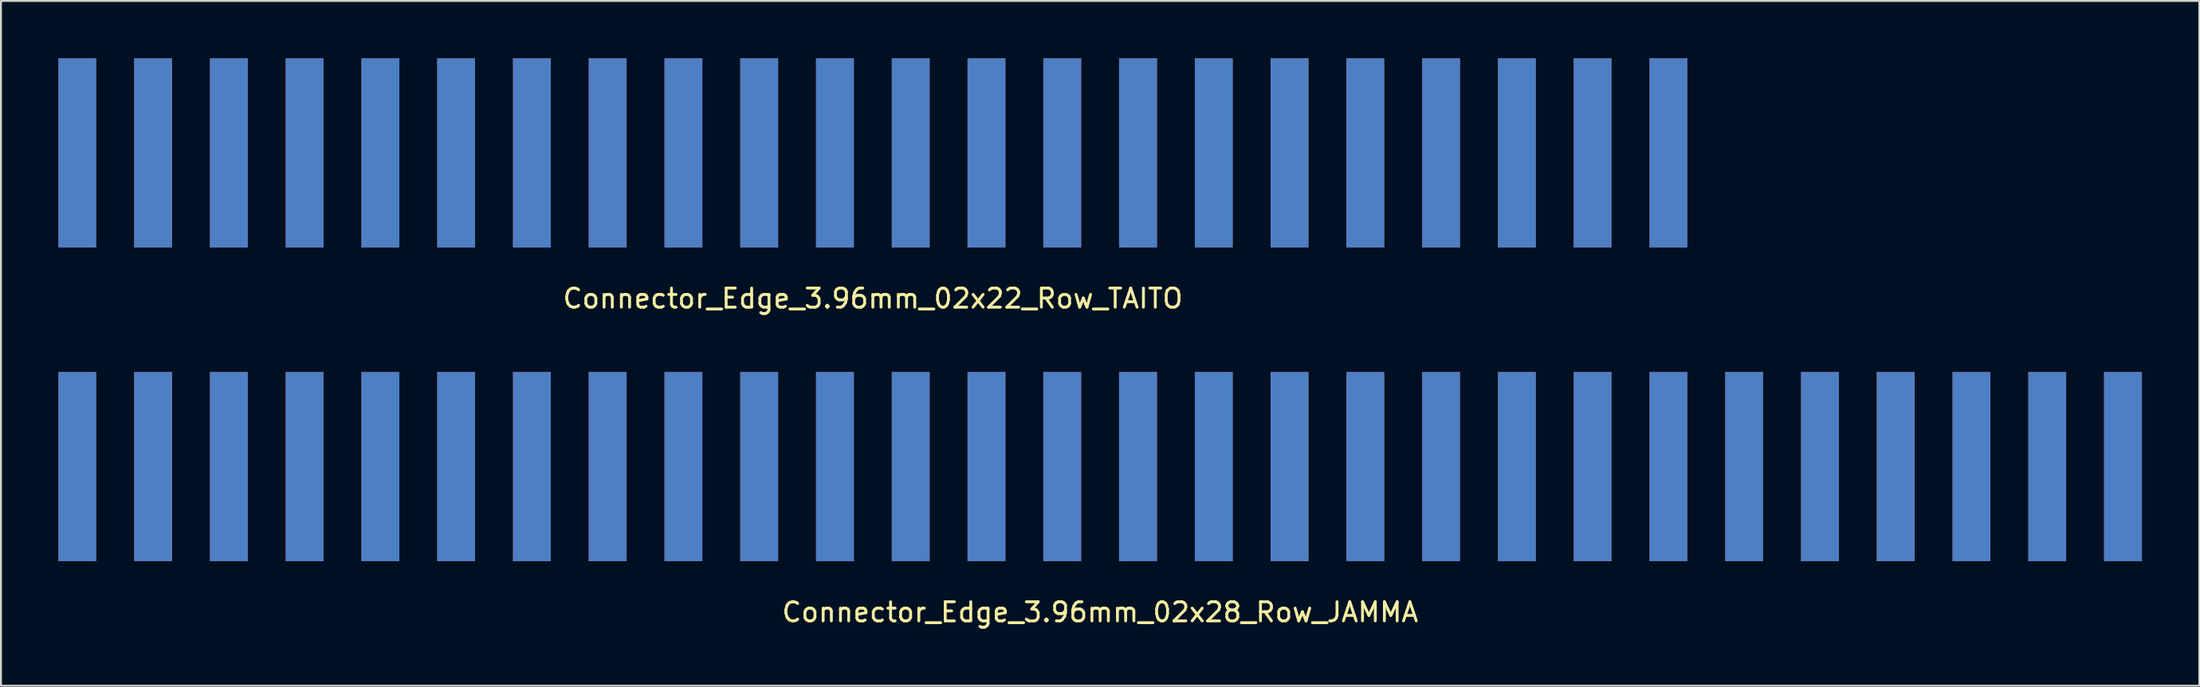
<source format=kicad_pcb>
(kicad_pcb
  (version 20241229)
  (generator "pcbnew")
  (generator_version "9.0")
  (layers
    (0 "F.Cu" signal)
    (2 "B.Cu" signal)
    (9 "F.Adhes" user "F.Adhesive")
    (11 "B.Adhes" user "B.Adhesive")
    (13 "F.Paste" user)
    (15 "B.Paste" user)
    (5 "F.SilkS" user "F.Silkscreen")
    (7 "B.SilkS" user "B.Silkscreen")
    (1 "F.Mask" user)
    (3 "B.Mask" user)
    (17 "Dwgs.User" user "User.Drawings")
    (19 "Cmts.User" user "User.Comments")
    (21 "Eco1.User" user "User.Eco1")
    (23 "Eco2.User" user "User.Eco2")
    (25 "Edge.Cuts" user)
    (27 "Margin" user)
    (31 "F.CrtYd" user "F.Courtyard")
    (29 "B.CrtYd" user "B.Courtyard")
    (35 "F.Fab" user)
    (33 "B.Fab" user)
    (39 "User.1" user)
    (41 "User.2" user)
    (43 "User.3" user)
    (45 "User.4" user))
  (footprint "Connector_Edge_3.96mm_02x22_Row_TAITO"
    (layer "F.Cu")
    (at 42.57 4.95)
    (property "Reference" "Connector_Edge_3.96mm_02x22_Row_TAITO" (at 0 7.62 0) (layer "F.SilkS") (effects (font (size 1 1) (thickness 0.15))))
    (attr through_hole)
    (pad "a1" smd rect (at -41.58 0) (size 1.98 9.9) (layers "F.Cu" "F.Mask" "F.Paste"))
    (pad "a2" smd rect (at -37.62 0) (size 1.98 9.9) (layers "F.Cu" "F.Mask" "F.Paste"))
    (pad "a3" smd rect (at -33.66 0) (size 1.98 9.9) (layers "F.Cu" "F.Mask" "F.Paste"))
    (pad "a4" smd rect (at -29.7 0) (size 1.98 9.9) (layers "F.Cu" "F.Mask" "F.Paste"))
    (pad "a5" smd rect (at -25.74 0) (size 1.98 9.9) (layers "F.Cu" "F.Mask" "F.Paste"))
    (pad "a6" smd rect (at -21.78 0) (size 1.98 9.9) (layers "F.Cu" "F.Mask" "F.Paste"))
    (pad "a7" smd rect (at -17.82 0) (size 1.98 9.9) (layers "F.Cu" "F.Mask" "F.Paste"))
    (pad "a8" smd rect (at -13.86 0) (size 1.98 9.9) (layers "F.Cu" "F.Mask" "F.Paste"))
    (pad "a9" smd rect (at -9.9 0) (size 1.98 9.9) (layers "F.Cu" "F.Mask" "F.Paste"))
    (pad "a10" smd rect (at -5.94 0) (size 1.98 9.9) (layers "F.Cu" "F.Mask" "F.Paste"))
    (pad "a11" smd rect (at -1.98 0) (size 1.98 9.9) (layers "F.Cu" "F.Mask" "F.Paste"))
    (pad "a12" smd rect (at 1.98 0) (size 1.98 9.9) (layers "F.Cu" "F.Mask" "F.Paste"))
    (pad "a13" smd rect (at 5.94 0) (size 1.98 9.9) (layers "F.Cu" "F.Mask" "F.Paste"))
    (pad "a14" smd rect (at 9.9 0) (size 1.98 9.9) (layers "F.Cu" "F.Mask" "F.Paste"))
    (pad "a15" smd rect (at 13.86 0) (size 1.98 9.9) (layers "F.Cu" "F.Mask" "F.Paste"))
    (pad "a16" smd rect (at 17.82 0) (size 1.98 9.9) (layers "F.Cu" "F.Mask" "F.Paste"))
    (pad "a17" smd rect (at 21.78 0) (size 1.98 9.9) (layers "F.Cu" "F.Mask" "F.Paste"))
    (pad "a18" smd rect (at 25.74 0) (size 1.98 9.9) (layers "F.Cu" "F.Mask" "F.Paste"))
    (pad "a19" smd rect (at 29.7 0) (size 1.98 9.9) (layers "F.Cu" "F.Mask" "F.Paste"))
    (pad "a20" smd rect (at 33.66 0) (size 1.98 9.9) (layers "F.Cu" "F.Mask" "F.Paste"))
    (pad "a21" smd rect (at 37.62 0) (size 1.98 9.9) (layers "F.Cu" "F.Mask" "F.Paste"))
    (pad "a22" smd rect (at 41.58 0) (size 1.98 9.9) (layers "F.Cu" "F.Mask" "F.Paste"))
    (pad "b1" smd rect (at -41.58 0) (size 1.98 9.9) (layers "B.Cu" "B.Mask" "B.Paste"))
    (pad "b2" smd rect (at -37.62 0) (size 1.98 9.9) (layers "B.Cu" "B.Mask" "B.Paste"))
    (pad "b3" smd rect (at -33.66 0) (size 1.98 9.9) (layers "B.Cu" "B.Mask" "B.Paste"))
    (pad "b4" smd rect (at -29.7 0) (size 1.98 9.9) (layers "B.Cu" "B.Mask" "B.Paste"))
    (pad "b5" smd rect (at -25.74 0) (size 1.98 9.9) (layers "B.Cu" "B.Mask" "B.Paste"))
    (pad "b6" smd rect (at -21.78 0) (size 1.98 9.9) (layers "B.Cu" "B.Mask" "B.Paste"))
    (pad "b7" smd rect (at -17.82 0) (size 1.98 9.9) (layers "B.Cu" "B.Mask" "B.Paste"))
    (pad "b8" smd rect (at -13.86 0) (size 1.98 9.9) (layers "B.Cu" "B.Mask" "B.Paste"))
    (pad "b9" smd rect (at -9.9 0) (size 1.98 9.9) (layers "B.Cu" "B.Mask" "B.Paste"))
    (pad "b10" smd rect (at -5.94 0) (size 1.98 9.9) (layers "B.Cu" "B.Mask" "B.Paste"))
    (pad "b11" smd rect (at -1.98 0) (size 1.98 9.9) (layers "B.Cu" "B.Mask" "B.Paste"))
    (pad "b12" smd rect (at 1.98 0) (size 1.98 9.9) (layers "B.Cu" "B.Mask" "B.Paste"))
    (pad "b13" smd rect (at 5.94 0) (size 1.98 9.9) (layers "B.Cu" "B.Mask" "B.Paste"))
    (pad "b14" smd rect (at 9.9 0) (size 1.98 9.9) (layers "B.Cu" "B.Mask" "B.Paste"))
    (pad "b15" smd rect (at 13.86 0) (size 1.98 9.9) (layers "B.Cu" "B.Mask" "B.Paste"))
    (pad "b16" smd rect (at 17.82 0) (size 1.98 9.9) (layers "B.Cu" "B.Mask" "B.Paste"))
    (pad "b17" smd rect (at 21.78 0) (size 1.98 9.9) (layers "B.Cu" "B.Mask" "B.Paste"))
    (pad "b18" smd rect (at 25.74 0) (size 1.98 9.9) (layers "B.Cu" "B.Mask" "B.Paste"))
    (pad "b19" smd rect (at 29.7 0) (size 1.98 9.9) (layers "B.Cu" "B.Mask" "B.Paste"))
    (pad "b20" smd rect (at 33.66 0) (size 1.98 9.9) (layers "B.Cu" "B.Mask" "B.Paste"))
    (pad "b21" smd rect (at 37.62 0) (size 1.98 9.9) (layers "B.Cu" "B.Mask" "B.Paste"))
    (pad "b22" smd rect (at 41.58 0) (size 1.98 9.9) (layers "B.Cu" "B.Mask" "B.Paste")))
  (footprint "Connector_Edge_3.96mm_02x28_Row_JAMMA"
    (layer "F.Cu")
    (at 54.45 21.368)
    (property "Reference" "Connector_Edge_3.96mm_02x28_Row_JAMMA" (at 0 7.62 0) (layer "F.SilkS") (effects (font (size 1 1) (thickness 0.15))))
    (attr through_hole)
    (pad "a1" smd rect (at -53.46 0) (size 1.98 9.9) (layers "F.Cu" "F.Mask" "F.Paste"))
    (pad "a2" smd rect (at -49.5 0) (size 1.98 9.9) (layers "F.Cu" "F.Mask" "F.Paste"))
    (pad "a3" smd rect (at -45.54 0) (size 1.98 9.9) (layers "F.Cu" "F.Mask" "F.Paste"))
    (pad "a4" smd rect (at -41.58 0) (size 1.98 9.9) (layers "F.Cu" "F.Mask" "F.Paste"))
    (pad "a5" smd rect (at -37.62 0) (size 1.98 9.9) (layers "F.Cu" "F.Mask" "F.Paste"))
    (pad "a6" smd rect (at -33.66 0) (size 1.98 9.9) (layers "F.Cu" "F.Mask" "F.Paste"))
    (pad "a7" smd rect (at -29.7 0) (size 1.98 9.9) (layers "F.Cu" "F.Mask" "F.Paste"))
    (pad "a8" smd rect (at -25.74 0) (size 1.98 9.9) (layers "F.Cu" "F.Mask" "F.Paste"))
    (pad "a9" smd rect (at -21.78 0) (size 1.98 9.9) (layers "F.Cu" "F.Mask" "F.Paste"))
    (pad "a10" smd rect (at -17.82 0) (size 1.98 9.9) (layers "F.Cu" "F.Mask" "F.Paste"))
    (pad "a11" smd rect (at -13.86 0) (size 1.98 9.9) (layers "F.Cu" "F.Mask" "F.Paste"))
    (pad "a12" smd rect (at -9.9 0) (size 1.98 9.9) (layers "F.Cu" "F.Mask" "F.Paste"))
    (pad "a13" smd rect (at -5.94 0) (size 1.98 9.9) (layers "F.Cu" "F.Mask" "F.Paste"))
    (pad "a14" smd rect (at -1.98 0) (size 1.98 9.9) (layers "F.Cu" "F.Mask" "F.Paste"))
    (pad "a15" smd rect (at 1.98 0) (size 1.98 9.9) (layers "F.Cu" "F.Mask" "F.Paste"))
    (pad "a16" smd rect (at 5.94 0) (size 1.98 9.9) (layers "F.Cu" "F.Mask" "F.Paste"))
    (pad "a17" smd rect (at 9.9 0) (size 1.98 9.9) (layers "F.Cu" "F.Mask" "F.Paste"))
    (pad "a18" smd rect (at 13.86 0) (size 1.98 9.9) (layers "F.Cu" "F.Mask" "F.Paste"))
    (pad "a19" smd rect (at 17.82 0) (size 1.98 9.9) (layers "F.Cu" "F.Mask" "F.Paste"))
    (pad "a20" smd rect (at 21.78 0) (size 1.98 9.9) (layers "F.Cu" "F.Mask" "F.Paste"))
    (pad "a21" smd rect (at 25.74 0) (size 1.98 9.9) (layers "F.Cu" "F.Mask" "F.Paste"))
    (pad "a22" smd rect (at 29.7 0) (size 1.98 9.9) (layers "F.Cu" "F.Mask" "F.Paste"))
    (pad "a23" smd rect (at 33.66 0) (size 1.98 9.9) (layers "F.Cu" "F.Mask" "F.Paste"))
    (pad "a24" smd rect (at 37.62 0) (size 1.98 9.9) (layers "F.Cu" "F.Mask" "F.Paste"))
    (pad "a25" smd rect (at 41.58 0) (size 1.98 9.9) (layers "F.Cu" "F.Mask" "F.Paste"))
    (pad "a26" smd rect (at 45.54 0) (size 1.98 9.9) (layers "F.Cu" "F.Mask" "F.Paste"))
    (pad "a27" smd rect (at 49.5 0) (size 1.98 9.9) (layers "F.Cu" "F.Mask" "F.Paste"))
    (pad "a28" smd rect (at 53.46 0) (size 1.98 9.9) (layers "F.Cu" "F.Mask" "F.Paste"))
    (pad "b1" smd rect (at -53.46 0) (size 1.98 9.9) (layers "B.Cu" "B.Mask" "B.Paste"))
    (pad "b2" smd rect (at -49.5 0) (size 1.98 9.9) (layers "B.Cu" "B.Mask" "B.Paste"))
    (pad "b3" smd rect (at -45.54 0) (size 1.98 9.9) (layers "B.Cu" "B.Mask" "B.Paste"))
    (pad "b4" smd rect (at -41.58 0) (size 1.98 9.9) (layers "B.Cu" "B.Mask" "B.Paste"))
    (pad "b5" smd rect (at -37.62 0) (size 1.98 9.9) (layers "B.Cu" "B.Mask" "B.Paste"))
    (pad "b6" smd rect (at -33.66 0) (size 1.98 9.9) (layers "B.Cu" "B.Mask" "B.Paste"))
    (pad "b7" smd rect (at -29.7 0) (size 1.98 9.9) (layers "B.Cu" "B.Mask" "B.Paste"))
    (pad "b8" smd rect (at -25.74 0) (size 1.98 9.9) (layers "B.Cu" "B.Mask" "B.Paste"))
    (pad "b9" smd rect (at -21.78 0) (size 1.98 9.9) (layers "B.Cu" "B.Mask" "B.Paste"))
    (pad "b10" smd rect (at -17.82 0) (size 1.98 9.9) (layers "B.Cu" "B.Mask" "B.Paste"))
    (pad "b11" smd rect (at -13.86 0) (size 1.98 9.9) (layers "B.Cu" "B.Mask" "B.Paste"))
    (pad "b12" smd rect (at -9.9 0) (size 1.98 9.9) (layers "B.Cu" "B.Mask" "B.Paste"))
    (pad "b13" smd rect (at -5.94 0) (size 1.98 9.9) (layers "B.Cu" "B.Mask" "B.Paste"))
    (pad "b14" smd rect (at -1.98 0) (size 1.98 9.9) (layers "B.Cu" "B.Mask" "B.Paste"))
    (pad "b15" smd rect (at 1.98 0) (size 1.98 9.9) (layers "B.Cu" "B.Mask" "B.Paste"))
    (pad "b16" smd rect (at 5.94 0) (size 1.98 9.9) (layers "B.Cu" "B.Mask" "B.Paste"))
    (pad "b17" smd rect (at 9.9 0) (size 1.98 9.9) (layers "B.Cu" "B.Mask" "B.Paste"))
    (pad "b18" smd rect (at 13.86 0) (size 1.98 9.9) (layers "B.Cu" "B.Mask" "B.Paste"))
    (pad "b19" smd rect (at 17.82 0) (size 1.98 9.9) (layers "B.Cu" "B.Mask" "B.Paste"))
    (pad "b20" smd rect (at 21.78 0) (size 1.98 9.9) (layers "B.Cu" "B.Mask" "B.Paste"))
    (pad "b21" smd rect (at 25.74 0) (size 1.98 9.9) (layers "B.Cu" "B.Mask" "B.Paste"))
    (pad "b22" smd rect (at 29.7 0) (size 1.98 9.9) (layers "B.Cu" "B.Mask" "B.Paste"))
    (pad "b23" smd rect (at 33.66 0) (size 1.98 9.9) (layers "B.Cu" "B.Mask" "B.Paste"))
    (pad "b24" smd rect (at 37.62 0) (size 1.98 9.9) (layers "B.Cu" "B.Mask" "B.Paste"))
    (pad "b25" smd rect (at 41.58 0) (size 1.98 9.9) (layers "B.Cu" "B.Mask" "B.Paste"))
    (pad "b26" smd rect (at 45.54 0) (size 1.98 9.9) (layers "B.Cu" "B.Mask" "B.Paste"))
    (pad "b27" smd rect (at 49.5 0) (size 1.98 9.9) (layers "B.Cu" "B.Mask" "B.Paste"))
    (pad "b28" smd rect (at 53.46 0) (size 1.98 9.9) (layers "B.Cu" "B.Mask" "B.Paste")))
  (gr_rect
    (start -3 -3)
    (end 111.9 32.837)
    (stroke (width 0.1) (type default))
    (fill no)
    (layer "Edge.Cuts")))
</source>
